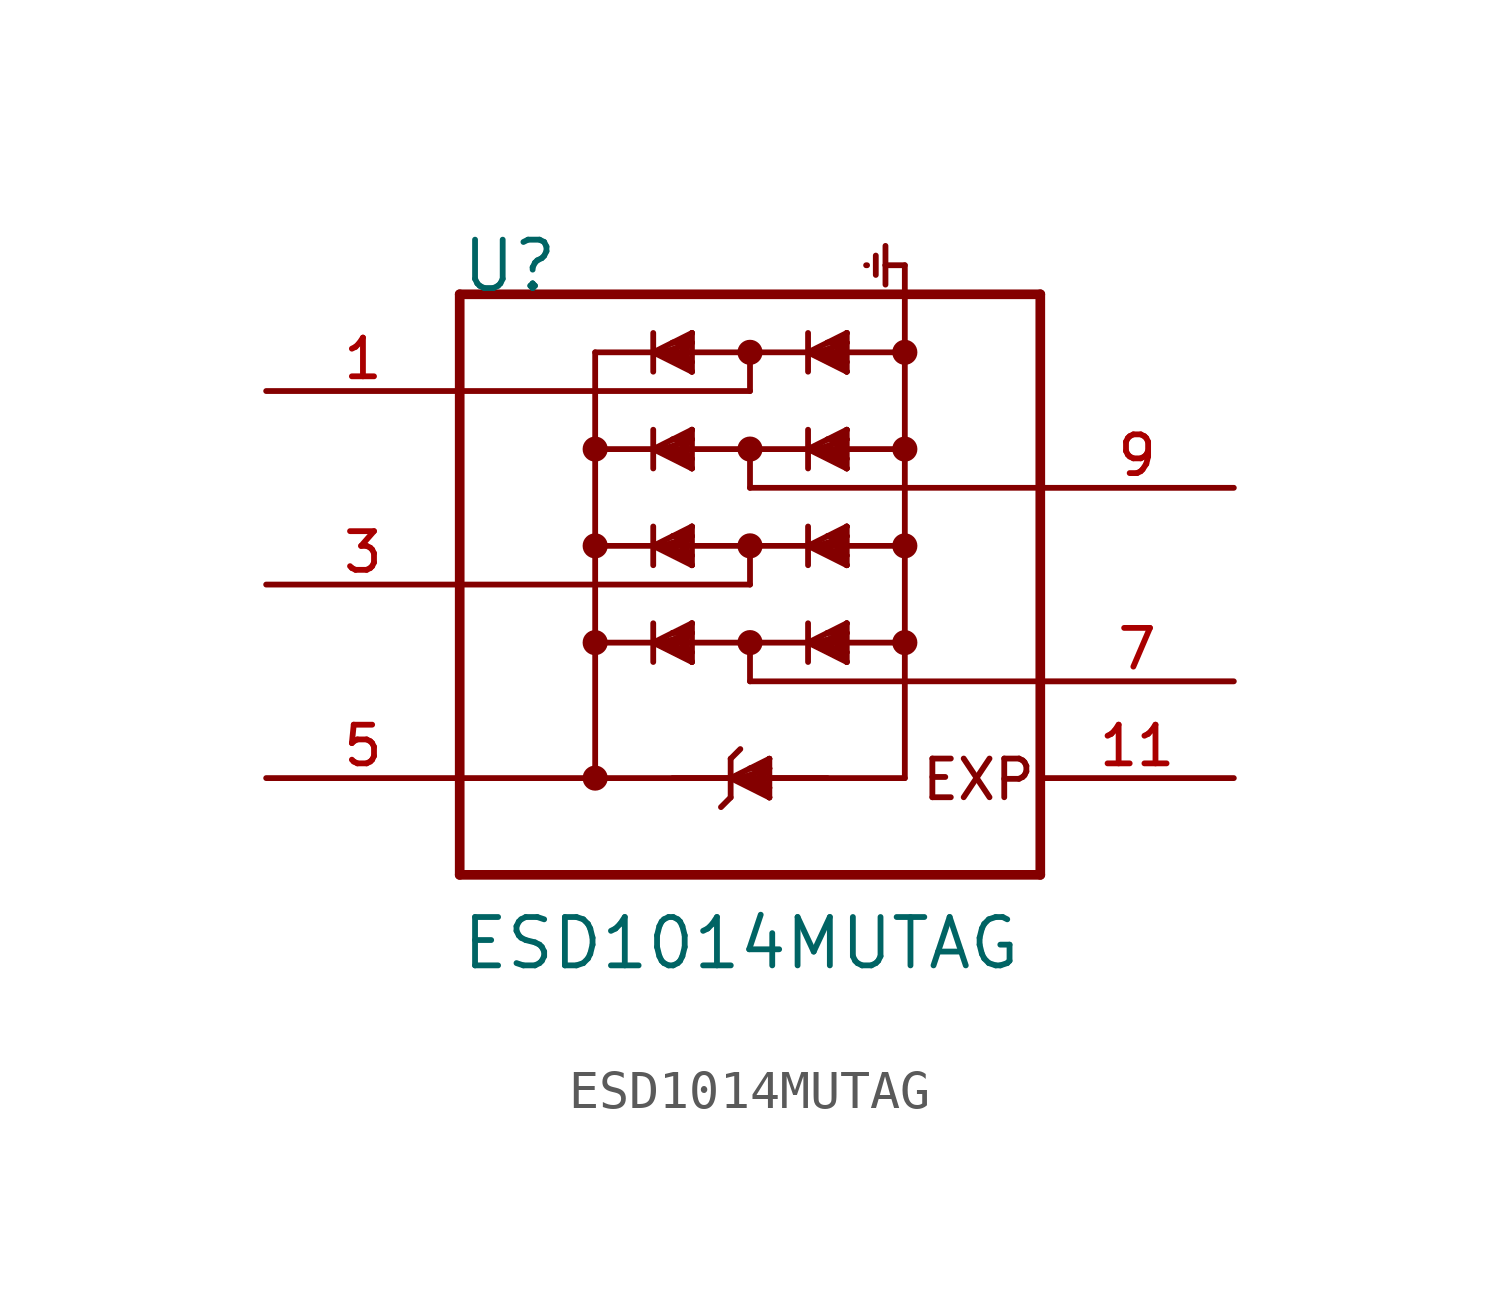
<source format=kicad_sym>
(kicad_symbol_lib
  (version 20211014)
  (generator kicad_symbol_editor)
  (symbol "ESD1014MUTAG"
    (pin_names
      (offset 1.016))
    (property "Reference" "U"
      (at -7.62 7.62 0)
      (effects (font (size 1.27 1.27)) (justify bottom left)))
    (property "Value" "ESD1014MUTAG"
      (at -7.62 -10.16 0)
      (effects (font (size 1.27 1.27)) (justify bottom left)))
    (symbol "ESD1014MUTAG_0_0"
      (polyline (pts (xy -7.62 7.62) (xy 7.62 7.62)) (stroke (width 0.254)))
      (polyline (pts (xy 7.62 7.62) (xy 7.62 -2.54)) (stroke (width 0.254)))
      (polyline (pts (xy 7.62 -2.54) (xy 7.62 -7.62)) (stroke (width 0.254)))
      (polyline (pts (xy 7.62 -7.62) (xy -7.62 -7.62)) (stroke (width 0.254)))
      (polyline (pts (xy -7.62 -7.62) (xy -7.62 -5.08)) (stroke (width 0.254)))
      (polyline (pts (xy -7.62 -5.08) (xy -7.62 0.0)) (stroke (width 0.254)))
      (polyline (pts (xy -7.62 0.0) (xy -7.62 5.08)) (stroke (width 0.254)))
      (polyline (pts (xy -7.62 5.08) (xy -7.62 7.62)) (stroke (width 0.254)))
      (polyline (pts (xy -7.62 5.08) (xy 0.0 5.08)) (stroke (width 0.152)))
      (polyline (pts (xy 0.0 5.08) (xy 0.0 6.096)) (stroke (width 0.152)))
      (polyline (pts (xy 0.0 6.096) (xy -2.286 6.096)) (stroke (width 0.152)))
      (polyline (pts (xy -2.286 6.096) (xy -2.54 6.096)) (stroke (width 0.152)))
      (polyline (pts (xy -2.54 6.096) (xy -4.064 6.096)) (stroke (width 0.152)))
      (polyline (pts (xy -4.064 6.096) (xy -4.064 -5.08)) (stroke (width 0.152)))
      (polyline (pts (xy -4.064 -5.08) (xy 4.064 -5.08)) (stroke (width 0.152)))
      (polyline (pts (xy 4.064 -5.08) (xy 4.064 6.096)) (stroke (width 0.152)))
      (polyline (pts (xy -2.54 6.096) (xy -2.032 6.35)) (stroke (width 0.152)))
      (polyline (pts (xy -1.524 6.604) (xy -1.524 6.35)) (stroke (width 0.152)))
      (polyline (pts (xy -1.524 5.588) (xy -2.54 6.096)) (stroke (width 0.152)))
      (polyline (pts (xy -2.54 6.096) (xy -2.54 6.604)) (stroke (width 0.152)))
      (polyline (pts (xy -2.54 6.096) (xy -2.54 5.588)) (stroke (width 0.152)))
      (polyline (pts (xy -2.286 6.096) (xy -1.524 6.35)) (stroke (width 0.152)))
      (polyline (pts (xy -1.524 6.35) (xy -1.778 6.35)) (stroke (width 0.152)))
      (polyline (pts (xy -1.778 6.35) (xy -2.032 6.35)) (stroke (width 0.152)))
      (polyline (pts (xy -2.032 6.35) (xy -1.524 6.604)) (stroke (width 0.152)))
      (polyline (pts (xy -1.524 6.604) (xy -1.778 5.842)) (stroke (width 0.152)))
      (polyline (pts (xy -1.778 5.842) (xy -2.286 6.096)) (stroke (width 0.152)))
      (polyline (pts (xy -2.286 6.096) (xy -1.524 5.842)) (stroke (width 0.152)))
      (polyline (pts (xy -1.524 5.842) (xy -1.524 5.588)) (stroke (width 0.152)))
      (polyline (pts (xy -1.524 5.588) (xy -1.778 6.35)) (stroke (width 0.152)))
      (polyline (pts (xy -1.778 6.35) (xy -1.778 5.842)) (stroke (width 0.152)))
      (polyline (pts (xy -1.778 5.842) (xy -1.524 5.588)) (stroke (width 0.152)))
      (polyline (pts (xy -1.524 5.842) (xy -1.524 6.35)) (stroke (width 0.152)))
      (polyline (pts (xy -1.524 6.604) (xy -1.778 6.35)) (stroke (width 0.152)))
      (polyline (pts (xy 4.064 6.096) (xy 1.778 6.096)) (stroke (width 0.152)))
      (polyline (pts (xy 1.778 6.096) (xy 1.524 6.096)) (stroke (width 0.152)))
      (polyline (pts (xy 1.524 6.096) (xy 0.0 6.096)) (stroke (width 0.152)))
      (polyline (pts (xy 1.524 6.096) (xy 2.032 6.35)) (stroke (width 0.152)))
      (polyline (pts (xy 2.54 6.604) (xy 2.54 6.35)) (stroke (width 0.152)))
      (polyline (pts (xy 2.54 5.588) (xy 1.524 6.096)) (stroke (width 0.152)))
      (polyline (pts (xy 1.524 6.096) (xy 1.524 6.604)) (stroke (width 0.152)))
      (polyline (pts (xy 1.524 6.096) (xy 1.524 5.588)) (stroke (width 0.152)))
      (polyline (pts (xy 1.778 6.096) (xy 2.54 6.35)) (stroke (width 0.152)))
      (polyline (pts (xy 2.54 6.35) (xy 2.286 6.35)) (stroke (width 0.152)))
      (polyline (pts (xy 2.286 6.35) (xy 2.032 6.35)) (stroke (width 0.152)))
      (polyline (pts (xy 2.032 6.35) (xy 2.54 6.604)) (stroke (width 0.152)))
      (polyline (pts (xy 2.54 6.604) (xy 2.286 5.842)) (stroke (width 0.152)))
      (polyline (pts (xy 2.286 5.842) (xy 1.778 6.096)) (stroke (width 0.152)))
      (polyline (pts (xy 1.778 6.096) (xy 2.54 5.842)) (stroke (width 0.152)))
      (polyline (pts (xy 2.54 5.842) (xy 2.54 5.588)) (stroke (width 0.152)))
      (polyline (pts (xy 2.54 5.588) (xy 2.286 6.35)) (stroke (width 0.152)))
      (polyline (pts (xy 2.286 6.35) (xy 2.286 5.842)) (stroke (width 0.152)))
      (polyline (pts (xy 2.286 5.842) (xy 2.54 5.588)) (stroke (width 0.152)))
      (polyline (pts (xy 2.54 5.842) (xy 2.54 6.35)) (stroke (width 0.152)))
      (polyline (pts (xy 2.54 6.604) (xy 2.286 6.35)) (stroke (width 0.152)))
      (polyline (pts (xy 0.0 2.54) (xy 0.0 3.556)) (stroke (width 0.152)))
      (polyline (pts (xy 0.0 3.556) (xy -2.286 3.556)) (stroke (width 0.152)))
      (polyline (pts (xy -2.286 3.556) (xy -2.54 3.556)) (stroke (width 0.152)))
      (polyline (pts (xy -2.54 3.556) (xy -4.064 3.556)) (stroke (width 0.152)))
      (polyline (pts (xy -2.54 3.556) (xy -2.032 3.81)) (stroke (width 0.152)))
      (polyline (pts (xy -1.524 4.064) (xy -1.524 3.81)) (stroke (width 0.152)))
      (polyline (pts (xy -1.524 3.048) (xy -2.54 3.556)) (stroke (width 0.152)))
      (polyline (pts (xy -2.54 3.556) (xy -2.54 4.064)) (stroke (width 0.152)))
      (polyline (pts (xy -2.54 3.556) (xy -2.54 3.048)) (stroke (width 0.152)))
      (polyline (pts (xy -2.286 3.556) (xy -1.524 3.81)) (stroke (width 0.152)))
      (polyline (pts (xy -1.524 3.81) (xy -1.778 3.81)) (stroke (width 0.152)))
      (polyline (pts (xy -1.778 3.81) (xy -2.032 3.81)) (stroke (width 0.152)))
      (polyline (pts (xy -2.032 3.81) (xy -1.524 4.064)) (stroke (width 0.152)))
      (polyline (pts (xy -1.524 4.064) (xy -1.778 3.302)) (stroke (width 0.152)))
      (polyline (pts (xy -1.778 3.302) (xy -2.286 3.556)) (stroke (width 0.152)))
      (polyline (pts (xy -2.286 3.556) (xy -1.524 3.302)) (stroke (width 0.152)))
      (polyline (pts (xy -1.524 3.302) (xy -1.524 3.048)) (stroke (width 0.152)))
      (polyline (pts (xy -1.524 3.048) (xy -1.778 3.81)) (stroke (width 0.152)))
      (polyline (pts (xy -1.778 3.81) (xy -1.778 3.302)) (stroke (width 0.152)))
      (polyline (pts (xy -1.778 3.302) (xy -1.524 3.048)) (stroke (width 0.152)))
      (polyline (pts (xy -1.524 3.302) (xy -1.524 3.81)) (stroke (width 0.152)))
      (polyline (pts (xy -1.524 4.064) (xy -1.778 3.81)) (stroke (width 0.152)))
      (polyline (pts (xy 4.064 3.556) (xy 1.778 3.556)) (stroke (width 0.152)))
      (polyline (pts (xy 1.778 3.556) (xy 1.524 3.556)) (stroke (width 0.152)))
      (polyline (pts (xy 1.524 3.556) (xy 0.0 3.556)) (stroke (width 0.152)))
      (polyline (pts (xy 1.524 3.556) (xy 2.032 3.81)) (stroke (width 0.152)))
      (polyline (pts (xy 2.54 4.064) (xy 2.54 3.81)) (stroke (width 0.152)))
      (polyline (pts (xy 2.54 3.048) (xy 1.524 3.556)) (stroke (width 0.152)))
      (polyline (pts (xy 1.524 3.556) (xy 1.524 4.064)) (stroke (width 0.152)))
      (polyline (pts (xy 1.524 3.556) (xy 1.524 3.048)) (stroke (width 0.152)))
      (polyline (pts (xy 1.778 3.556) (xy 2.54 3.81)) (stroke (width 0.152)))
      (polyline (pts (xy 2.54 3.81) (xy 2.286 3.81)) (stroke (width 0.152)))
      (polyline (pts (xy 2.286 3.81) (xy 2.032 3.81)) (stroke (width 0.152)))
      (polyline (pts (xy 2.032 3.81) (xy 2.54 4.064)) (stroke (width 0.152)))
      (polyline (pts (xy 2.54 4.064) (xy 2.286 3.302)) (stroke (width 0.152)))
      (polyline (pts (xy 2.286 3.302) (xy 1.778 3.556)) (stroke (width 0.152)))
      (polyline (pts (xy 1.778 3.556) (xy 2.54 3.302)) (stroke (width 0.152)))
      (polyline (pts (xy 2.54 3.302) (xy 2.54 3.048)) (stroke (width 0.152)))
      (polyline (pts (xy 2.54 3.048) (xy 2.286 3.81)) (stroke (width 0.152)))
      (polyline (pts (xy 2.286 3.81) (xy 2.286 3.302)) (stroke (width 0.152)))
      (polyline (pts (xy 2.286 3.302) (xy 2.54 3.048)) (stroke (width 0.152)))
      (polyline (pts (xy 2.54 3.302) (xy 2.54 3.81)) (stroke (width 0.152)))
      (polyline (pts (xy 2.54 4.064) (xy 2.286 3.81)) (stroke (width 0.152)))
      (polyline (pts (xy 0.0 0.0) (xy 0.0 1.016)) (stroke (width 0.152)))
      (polyline (pts (xy 0.0 1.016) (xy -2.286 1.016)) (stroke (width 0.152)))
      (polyline (pts (xy -2.286 1.016) (xy -2.54 1.016)) (stroke (width 0.152)))
      (polyline (pts (xy -2.54 1.016) (xy -4.064 1.016)) (stroke (width 0.152)))
      (polyline (pts (xy -2.54 1.016) (xy -2.032 1.27)) (stroke (width 0.152)))
      (polyline (pts (xy -1.524 1.524) (xy -1.524 1.27)) (stroke (width 0.152)))
      (polyline (pts (xy -1.524 0.508) (xy -2.54 1.016)) (stroke (width 0.152)))
      (polyline (pts (xy -2.54 1.016) (xy -2.54 1.524)) (stroke (width 0.152)))
      (polyline (pts (xy -2.54 1.016) (xy -2.54 0.508)) (stroke (width 0.152)))
      (polyline (pts (xy -2.286 1.016) (xy -1.524 1.27)) (stroke (width 0.152)))
      (polyline (pts (xy -1.524 1.27) (xy -1.778 1.27)) (stroke (width 0.152)))
      (polyline (pts (xy -1.778 1.27) (xy -2.032 1.27)) (stroke (width 0.152)))
      (polyline (pts (xy -2.032 1.27) (xy -1.524 1.524)) (stroke (width 0.152)))
      (polyline (pts (xy -1.524 1.524) (xy -1.778 0.762)) (stroke (width 0.152)))
      (polyline (pts (xy -1.778 0.762) (xy -2.286 1.016)) (stroke (width 0.152)))
      (polyline (pts (xy -2.286 1.016) (xy -1.524 0.762)) (stroke (width 0.152)))
      (polyline (pts (xy -1.524 0.762) (xy -1.524 0.508)) (stroke (width 0.152)))
      (polyline (pts (xy -1.524 0.508) (xy -1.778 1.27)) (stroke (width 0.152)))
      (polyline (pts (xy -1.778 1.27) (xy -1.778 0.762)) (stroke (width 0.152)))
      (polyline (pts (xy -1.778 0.762) (xy -1.524 0.508)) (stroke (width 0.152)))
      (polyline (pts (xy -1.524 0.762) (xy -1.524 1.27)) (stroke (width 0.152)))
      (polyline (pts (xy -1.524 1.524) (xy -1.778 1.27)) (stroke (width 0.152)))
      (polyline (pts (xy 4.064 1.016) (xy 1.778 1.016)) (stroke (width 0.152)))
      (polyline (pts (xy 1.778 1.016) (xy 1.524 1.016)) (stroke (width 0.152)))
      (polyline (pts (xy 1.524 1.016) (xy 0.0 1.016)) (stroke (width 0.152)))
      (polyline (pts (xy 1.524 1.016) (xy 2.032 1.27)) (stroke (width 0.152)))
      (polyline (pts (xy 2.54 1.524) (xy 2.54 1.27)) (stroke (width 0.152)))
      (polyline (pts (xy 2.54 0.508) (xy 1.524 1.016)) (stroke (width 0.152)))
      (polyline (pts (xy 1.524 1.016) (xy 1.524 1.524)) (stroke (width 0.152)))
      (polyline (pts (xy 1.524 1.016) (xy 1.524 0.508)) (stroke (width 0.152)))
      (polyline (pts (xy 1.778 1.016) (xy 2.54 1.27)) (stroke (width 0.152)))
      (polyline (pts (xy 2.54 1.27) (xy 2.286 1.27)) (stroke (width 0.152)))
      (polyline (pts (xy 2.286 1.27) (xy 2.032 1.27)) (stroke (width 0.152)))
      (polyline (pts (xy 2.032 1.27) (xy 2.54 1.524)) (stroke (width 0.152)))
      (polyline (pts (xy 2.54 1.524) (xy 2.286 0.762)) (stroke (width 0.152)))
      (polyline (pts (xy 2.286 0.762) (xy 1.778 1.016)) (stroke (width 0.152)))
      (polyline (pts (xy 1.778 1.016) (xy 2.54 0.762)) (stroke (width 0.152)))
      (polyline (pts (xy 2.54 0.762) (xy 2.54 0.508)) (stroke (width 0.152)))
      (polyline (pts (xy 2.54 0.508) (xy 2.286 1.27)) (stroke (width 0.152)))
      (polyline (pts (xy 2.286 1.27) (xy 2.286 0.762)) (stroke (width 0.152)))
      (polyline (pts (xy 2.286 0.762) (xy 2.54 0.508)) (stroke (width 0.152)))
      (polyline (pts (xy 2.54 0.762) (xy 2.54 1.27)) (stroke (width 0.152)))
      (polyline (pts (xy 2.54 1.524) (xy 2.286 1.27)) (stroke (width 0.152)))
      (polyline (pts (xy 0.0 -2.54) (xy 0.0 -1.524)) (stroke (width 0.152)))
      (polyline (pts (xy 0.0 -1.524) (xy -2.286 -1.524)) (stroke (width 0.152)))
      (polyline (pts (xy -2.286 -1.524) (xy -2.54 -1.524)) (stroke (width 0.152)))
      (polyline (pts (xy -2.54 -1.524) (xy -4.064 -1.524)) (stroke (width 0.152)))
      (polyline (pts (xy -2.54 -1.524) (xy -2.032 -1.27)) (stroke (width 0.152)))
      (polyline (pts (xy -1.524 -1.016) (xy -1.524 -1.27)) (stroke (width 0.152)))
      (polyline (pts (xy -1.524 -2.032) (xy -2.54 -1.524)) (stroke (width 0.152)))
      (polyline (pts (xy -2.54 -1.524) (xy -2.54 -1.016)) (stroke (width 0.152)))
      (polyline (pts (xy -2.54 -1.524) (xy -2.54 -2.032)) (stroke (width 0.152)))
      (polyline (pts (xy -2.286 -1.524) (xy -1.524 -1.27)) (stroke (width 0.152)))
      (polyline (pts (xy -1.524 -1.27) (xy -1.778 -1.27)) (stroke (width 0.152)))
      (polyline (pts (xy -1.778 -1.27) (xy -2.032 -1.27)) (stroke (width 0.152)))
      (polyline (pts (xy -2.032 -1.27) (xy -1.524 -1.016)) (stroke (width 0.152)))
      (polyline (pts (xy -1.524 -1.016) (xy -1.778 -1.778)) (stroke (width 0.152)))
      (polyline (pts (xy -1.778 -1.778) (xy -2.286 -1.524)) (stroke (width 0.152)))
      (polyline (pts (xy -2.286 -1.524) (xy -1.524 -1.778)) (stroke (width 0.152)))
      (polyline (pts (xy -1.524 -1.778) (xy -1.524 -2.032)) (stroke (width 0.152)))
      (polyline (pts (xy -1.524 -2.032) (xy -1.778 -1.27)) (stroke (width 0.152)))
      (polyline (pts (xy -1.778 -1.27) (xy -1.778 -1.778)) (stroke (width 0.152)))
      (polyline (pts (xy -1.778 -1.778) (xy -1.524 -2.032)) (stroke (width 0.152)))
      (polyline (pts (xy -1.524 -1.778) (xy -1.524 -1.27)) (stroke (width 0.152)))
      (polyline (pts (xy -1.524 -1.016) (xy -1.778 -1.27)) (stroke (width 0.152)))
      (polyline (pts (xy 4.064 -1.524) (xy 1.778 -1.524)) (stroke (width 0.152)))
      (polyline (pts (xy 1.778 -1.524) (xy 1.524 -1.524)) (stroke (width 0.152)))
      (polyline (pts (xy 1.524 -1.524) (xy 0.0 -1.524)) (stroke (width 0.152)))
      (polyline (pts (xy 1.524 -1.524) (xy 2.032 -1.27)) (stroke (width 0.152)))
      (polyline (pts (xy 2.54 -1.016) (xy 2.54 -1.27)) (stroke (width 0.152)))
      (polyline (pts (xy 2.54 -2.032) (xy 1.524 -1.524)) (stroke (width 0.152)))
      (polyline (pts (xy 1.524 -1.524) (xy 1.524 -1.016)) (stroke (width 0.152)))
      (polyline (pts (xy 1.524 -1.524) (xy 1.524 -2.032)) (stroke (width 0.152)))
      (polyline (pts (xy 1.778 -1.524) (xy 2.54 -1.27)) (stroke (width 0.152)))
      (polyline (pts (xy 2.54 -1.27) (xy 2.286 -1.27)) (stroke (width 0.152)))
      (polyline (pts (xy 2.286 -1.27) (xy 2.032 -1.27)) (stroke (width 0.152)))
      (polyline (pts (xy 2.032 -1.27) (xy 2.54 -1.016)) (stroke (width 0.152)))
      (polyline (pts (xy 2.54 -1.016) (xy 2.286 -1.778)) (stroke (width 0.152)))
      (polyline (pts (xy 2.286 -1.778) (xy 1.778 -1.524)) (stroke (width 0.152)))
      (polyline (pts (xy 1.778 -1.524) (xy 2.54 -1.778)) (stroke (width 0.152)))
      (polyline (pts (xy 2.54 -1.778) (xy 2.54 -2.032)) (stroke (width 0.152)))
      (polyline (pts (xy 2.54 -2.032) (xy 2.286 -1.27)) (stroke (width 0.152)))
      (polyline (pts (xy 2.286 -1.27) (xy 2.286 -1.778)) (stroke (width 0.152)))
      (polyline (pts (xy 2.286 -1.778) (xy 2.54 -2.032)) (stroke (width 0.152)))
      (polyline (pts (xy 2.54 -1.778) (xy 2.54 -1.27)) (stroke (width 0.152)))
      (polyline (pts (xy 2.54 -1.016) (xy 2.286 -1.27)) (stroke (width 0.152)))
      (polyline (pts (xy 2.032 -5.08) (xy -0.254 -5.08)) (stroke (width 0.152)))
      (polyline (pts (xy -0.254 -5.08) (xy -0.508 -5.08)) (stroke (width 0.152)))
      (polyline (pts (xy -0.508 -5.08) (xy -2.032 -5.08)) (stroke (width 0.152)))
      (polyline (pts (xy -0.508 -5.08) (xy 0.0 -4.826)) (stroke (width 0.152)))
      (polyline (pts (xy 0.508 -4.572) (xy 0.508 -4.826)) (stroke (width 0.152)))
      (polyline (pts (xy 0.508 -5.588) (xy -0.508 -5.08)) (stroke (width 0.152)))
      (polyline (pts (xy -0.508 -5.08) (xy -0.508 -4.572)) (stroke (width 0.152)))
      (polyline (pts (xy -0.508 -5.08) (xy -0.508 -5.588)) (stroke (width 0.152)))
      (polyline (pts (xy -0.254 -5.08) (xy 0.508 -4.826)) (stroke (width 0.152)))
      (polyline (pts (xy 0.508 -4.826) (xy 0.254 -4.826)) (stroke (width 0.152)))
      (polyline (pts (xy 0.254 -4.826) (xy 0.0 -4.826)) (stroke (width 0.152)))
      (polyline (pts (xy 0.0 -4.826) (xy 0.508 -4.572)) (stroke (width 0.152)))
      (polyline (pts (xy 0.508 -4.572) (xy 0.254 -5.334)) (stroke (width 0.152)))
      (polyline (pts (xy 0.254 -5.334) (xy -0.254 -5.08)) (stroke (width 0.152)))
      (polyline (pts (xy -0.254 -5.08) (xy 0.508 -5.334)) (stroke (width 0.152)))
      (polyline (pts (xy 0.508 -5.334) (xy 0.508 -5.588)) (stroke (width 0.152)))
      (polyline (pts (xy 0.508 -5.588) (xy 0.254 -4.826)) (stroke (width 0.152)))
      (polyline (pts (xy 0.254 -4.826) (xy 0.254 -5.334)) (stroke (width 0.152)))
      (polyline (pts (xy 0.254 -5.334) (xy 0.508 -5.588)) (stroke (width 0.152)))
      (polyline (pts (xy 0.508 -5.334) (xy 0.508 -4.826)) (stroke (width 0.152)))
      (polyline (pts (xy 0.508 -4.572) (xy 0.254 -4.826)) (stroke (width 0.152)))
      (polyline (pts (xy -0.508 -4.572) (xy -0.254 -4.318)) (stroke (width 0.152)))
      (polyline (pts (xy -0.508 -5.588) (xy -0.762 -5.842)) (stroke (width 0.152)))
      (circle (center 0.0 6.096) (radius 0.254) (stroke (width 0.152)) (fill (type none)))
      (circle (center 0.0 6.096) (radius 0.127) (stroke (width 0.152)) (fill (type none)))
      (circle (center -4.064 3.556) (radius 0.254) (stroke (width 0.152)) (fill (type none)))
      (circle (center 0.0 3.556) (radius 0.254) (stroke (width 0.152)) (fill (type none)))
      (circle (center 4.064 3.556) (radius 0.254) (stroke (width 0.152)) (fill (type none)))
      (circle (center 0.0 1.016) (radius 0.254) (stroke (width 0.152)) (fill (type none)))
      (circle (center 4.064 1.016) (radius 0.254) (stroke (width 0.152)) (fill (type none)))
      (circle (center -4.064 1.016) (radius 0.254) (stroke (width 0.152)) (fill (type none)))
      (circle (center -4.064 -1.524) (radius 0.254) (stroke (width 0.152)) (fill (type none)))
      (circle (center 0.0 -1.524) (radius 0.254) (stroke (width 0.152)) (fill (type none)))
      (circle (center 4.064 -1.524) (radius 0.254) (stroke (width 0.152)) (fill (type none)))
      (circle (center -4.064 -5.08) (radius 0.254) (stroke (width 0.152)) (fill (type none)))
      (polyline (pts (xy -4.064 -5.08) (xy -7.62 -5.08)) (stroke (width 0.152)))
      (polyline (pts (xy 0.0 0.0) (xy -7.62 0.0)) (stroke (width 0.152)))
      (polyline (pts (xy 0.0 2.54) (xy 7.62 2.54)) (stroke (width 0.152)))
      (polyline (pts (xy 0.0 -2.54) (xy 7.62 -2.54)) (stroke (width 0.152)))
      (circle (center 0.0 3.556) (radius 0.127) (stroke (width 0.152)) (fill (type none)))
      (circle (center -4.064 3.556) (radius 0.127) (stroke (width 0.152)) (fill (type none)))
      (circle (center -4.064 1.016) (radius 0.127) (stroke (width 0.152)) (fill (type none)))
      (circle (center 0.0 1.016) (radius 0.127) (stroke (width 0.152)) (fill (type none)))
      (circle (center 4.064 1.016) (radius 0.127) (stroke (width 0.152)) (fill (type none)))
      (circle (center 4.064 3.556) (radius 0.127) (stroke (width 0.152)) (fill (type none)))
      (circle (center -4.064 -1.524) (radius 0.127) (stroke (width 0.152)) (fill (type none)))
      (circle (center -4.064 -5.08) (radius 0.127) (stroke (width 0.152)) (fill (type none)))
      (circle (center 0.0 -1.524) (radius 0.127) (stroke (width 0.152)) (fill (type none)))
      (circle (center 4.064 -1.524) (radius 0.127) (stroke (width 0.152)) (fill (type none)))
      (polyline (pts (xy 4.064 6.096) (xy 4.064 8.382)) (stroke (width 0.152)))
      (polyline (pts (xy 4.064 8.382) (xy 3.556 8.382)) (stroke (width 0.152)))
      (polyline (pts (xy 3.556 8.382) (xy 3.556 7.874)) (stroke (width 0.152)))
      (polyline (pts (xy 3.556 8.382) (xy 3.556 8.89)) (stroke (width 0.152)))
      (polyline (pts (xy 3.302 8.636) (xy 3.302 8.128)) (stroke (width 0.152)))
      (polyline (pts (xy 3.073 8.382) (xy 3.048 8.382)) (stroke (width 0.152)))
      (text "EXP" (at 4.445 -5.715 0) (effects (font (size 1.016 1.016)) (justify bottom left)))
      (circle (center 4.064 6.096) (radius 0.254) (stroke (width 0.152)) (fill (type none)))
      (circle (center 4.064 6.096) (radius 0.127) (stroke (width 0.152)) (fill (type none)))
      (pin passive line (at -12.7 5.08 0) (length 5.08) (name "~" (effects (font (size 1.016 1.016)))) (number "1" (effects (font (size 1.016 1.016)))))
      (pin passive line (at -12.7 0.0 0) (length 5.08) (name "~" (effects (font (size 1.016 1.016)))) (number "3" (effects (font (size 1.016 1.016)))))
      (pin passive line (at -12.7 -5.08 0) (length 5.08) (name "~" (effects (font (size 1.016 1.016)))) (number "5" (effects (font (size 1.016 1.016)))))
      (pin passive line (at 12.7 -2.54 180.0) (length 5.08) (name "~" (effects (font (size 1.016 1.016)))) (number "7" (effects (font (size 1.016 1.016)))))
      (pin passive line (at 12.7 2.54 180.0) (length 5.08) (name "~" (effects (font (size 1.016 1.016)))) (number "9" (effects (font (size 1.016 1.016)))))
      (pin passive line (at 12.7 -5.08 180.0) (length 5.08) (name "~" (effects (font (size 1.016 1.016)))) (number "11" (effects (font (size 1.016 1.016))))))))
</source>
